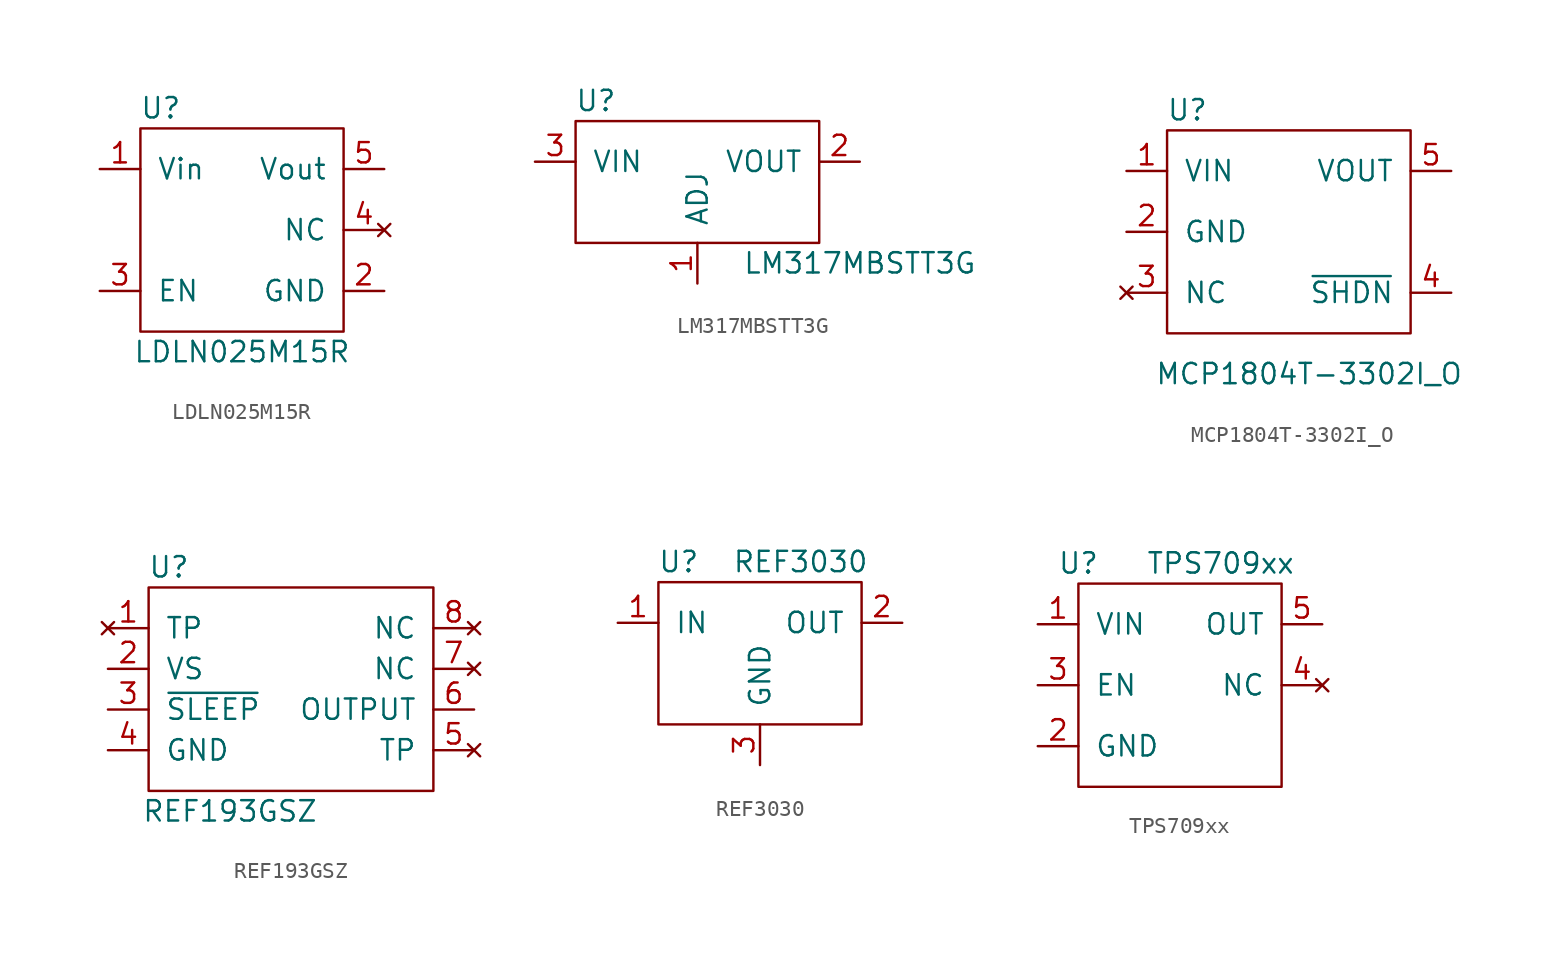
<source format=kicad_sym>
(kicad_symbol_lib
  (version 20211014)
  (generator kicad_symbol_editor)
  (symbol "LDLN025M15R"
    (pin_names
      (offset 1.016))
    (property "Reference" "U"
      (at -5.08 8.89 0)
      (effects (font (size 1.27 1.27))))
    (property "Value" "LDLN025M15R"
      (at 0 -6.35 0)
      (effects (font (size 1.27 1.27))))
    (symbol "LDLN025M15R_0_1"
      (rectangle (start -6.35 7.62) (end 6.35 -5.08) (stroke (width 0) (type default) (color 0 0 0 0)) (fill (type none))))
    (symbol "LDLN025M15R_1_1"
      (pin power_in line (at -8.89 5.08 0) (length 2.54) (name "Vin" (effects (font (size 1.27 1.27)))) (number "1" (effects (font (size 1.27 1.27)))))
      (pin passive line (at 8.89 -2.54 180) (length 2.54) (name "GND" (effects (font (size 1.27 1.27)))) (number "2" (effects (font (size 1.27 1.27)))))
      (pin input line (at -8.89 -2.54 0) (length 2.54) (name "EN" (effects (font (size 1.27 1.27)))) (number "3" (effects (font (size 1.27 1.27)))))
      (pin no_connect line (at 8.89 1.27 180) (length 2.54) (name "NC" (effects (font (size 1.27 1.27)))) (number "4" (effects (font (size 1.27 1.27)))))
      (pin power_out line (at 8.89 5.08 180) (length 2.54) (name "Vout" (effects (font (size 1.27 1.27)))) (number "5" (effects (font (size 1.27 1.27)))))))
  (symbol "LM317MBSTT3G"
    (pin_names
      (offset 1.016))
    (property "Reference" "U"
      (at -6.35 3.81 0)
      (effects (font (size 1.27 1.27))))
    (property "Value" "LM317MBSTT3G"
      (at 10.16 -6.35 0)
      (effects (font (size 1.27 1.27))))
    (symbol "LM317MBSTT3G_0_1"
      (rectangle (start -7.62 2.54) (end 7.62 -5.08) (stroke (width 0) (type default) (color 0 0 0 0)) (fill (type none))))
    (symbol "LM317MBSTT3G_1_1"
      (pin passive line (at 0 -7.62 90) (length 2.54) (name "ADJ" (effects (font (size 1.27 1.27)))) (number "1" (effects (font (size 1.27 1.27)))))
      (pin power_out line (at 10.16 0 180) (length 2.54) (name "VOUT" (effects (font (size 1.27 1.27)))) (number "2" (effects (font (size 1.27 1.27)))))
      (pin power_in line (at -10.16 0 0) (length 2.54) (name "VIN" (effects (font (size 1.27 1.27)))) (number "3" (effects (font (size 1.27 1.27)))))))
  (symbol "MCP1804T-3302I_O"
    (pin_names
      (offset 1.016))
    (property "Reference" "U"
      (at -6.35 7.62 0)
      (effects (font (size 1.27 1.27))))
    (property "Value" "MCP1804T-3302I_O"
      (at 1.27 -8.89 0)
      (effects (font (size 1.27 1.27))))
    (symbol "MCP1804T-3302I_O_0_1"
      (rectangle (start -7.62 6.35) (end 7.62 -6.35) (stroke (width 0) (type default) (color 0 0 0 0)) (fill (type none))))
    (symbol "MCP1804T-3302I_O_1_1"
      (pin power_in line (at -10.16 3.81 0) (length 2.54) (name "VIN" (effects (font (size 1.27 1.27)))) (number "1" (effects (font (size 1.27 1.27)))))
      (pin passive line (at -10.16 0 0) (length 2.54) (name "GND" (effects (font (size 1.27 1.27)))) (number "2" (effects (font (size 1.27 1.27)))))
      (pin no_connect line (at -10.16 -3.81 0) (length 2.54) (name "NC" (effects (font (size 1.27 1.27)))) (number "3" (effects (font (size 1.27 1.27)))))
      (pin passive line (at 10.16 -3.81 180) (length 2.54) (name "~{SHDN}" (effects (font (size 1.27 1.27)))) (number "4" (effects (font (size 1.27 1.27)))))
      (pin power_out line (at 10.16 3.81 180) (length 2.54) (name "VOUT" (effects (font (size 1.27 1.27)))) (number "5" (effects (font (size 1.27 1.27)))))))
  (symbol "REF193GSZ"
    (pin_names
      (offset 1.016))
    (property "Reference" "U"
      (at -7.62 8.89 0)
      (effects (font (size 1.27 1.27))))
    (property "Value" "REF193GSZ"
      (at -3.81 -6.35 0)
      (effects (font (size 1.27 1.27))))
    (symbol "REF193GSZ_0_1"
      (rectangle (start -8.89 7.62) (end 8.89 -5.08) (stroke (width 0) (type default) (color 0 0 0 0)) (fill (type none))))
    (symbol "REF193GSZ_1_1"
      (pin no_connect line (at -11.43 5.08 0) (length 2.54) (name "TP" (effects (font (size 1.27 1.27)))) (number "1" (effects (font (size 1.27 1.27)))))
      (pin power_in line (at -11.43 2.54 0) (length 2.54) (name "VS" (effects (font (size 1.27 1.27)))) (number "2" (effects (font (size 1.27 1.27)))))
      (pin passive line (at -11.43 0 0) (length 2.54) (name "~{SLEEP}" (effects (font (size 1.27 1.27)))) (number "3" (effects (font (size 1.27 1.27)))))
      (pin passive line (at -11.43 -2.54 0) (length 2.54) (name "GND" (effects (font (size 1.27 1.27)))) (number "4" (effects (font (size 1.27 1.27)))))
      (pin no_connect line (at 11.43 -2.54 180) (length 2.54) (name "TP" (effects (font (size 1.27 1.27)))) (number "5" (effects (font (size 1.27 1.27)))))
      (pin power_out line (at 11.43 0 180) (length 2.54) (name "OUTPUT" (effects (font (size 1.27 1.27)))) (number "6" (effects (font (size 1.27 1.27)))))
      (pin no_connect line (at 11.43 2.54 180) (length 2.54) (name "NC" (effects (font (size 1.27 1.27)))) (number "7" (effects (font (size 1.27 1.27)))))
      (pin no_connect line (at 11.43 5.08 180) (length 2.54) (name "NC" (effects (font (size 1.27 1.27)))) (number "8" (effects (font (size 1.27 1.27)))))))
  (symbol "REF3030"
    (pin_names
      (offset 1.016))
    (property "Reference" "U"
      (at -5.08 3.81 0)
      (effects (font (size 1.27 1.27))))
    (property "Value" "REF3030"
      (at 2.54 3.81 0)
      (effects (font (size 1.27 1.27))))
    (symbol "REF3030_0_1"
      (rectangle (start -6.35 2.54) (end 6.35 -6.35) (stroke (width 0) (type default) (color 0 0 0 0)) (fill (type none))))
    (symbol "REF3030_1_1"
      (pin power_in line (at -8.89 0 0) (length 2.54) (name "IN" (effects (font (size 1.27 1.27)))) (number "1" (effects (font (size 1.27 1.27)))))
      (pin power_out line (at 8.89 0 180) (length 2.54) (name "OUT" (effects (font (size 1.27 1.27)))) (number "2" (effects (font (size 1.27 1.27)))))
      (pin passive line (at 0 -8.89 90) (length 2.54) (name "GND" (effects (font (size 1.27 1.27)))) (number "3" (effects (font (size 1.27 1.27)))))))
  (symbol "TPS709xx"
    (pin_names
      (offset 1.016))
    (property "Reference" "U"
      (at -6.35 7.62 0)
      (effects (font (size 1.27 1.27))))
    (property "Value" "TPS709xx"
      (at 2.54 7.62 0)
      (effects (font (size 1.27 1.27))))
    (symbol "TPS709xx_0_1"
      (rectangle (start -6.35 6.35) (end 6.35 -6.35) (stroke (width 0) (type default) (color 0 0 0 0)) (fill (type none))))
    (symbol "TPS709xx_1_1"
      (pin power_in line (at -8.89 3.81 0) (length 2.54) (name "VIN" (effects (font (size 1.27 1.27)))) (number "1" (effects (font (size 1.27 1.27)))))
      (pin passive line (at -8.89 -3.81 0) (length 2.54) (name "GND" (effects (font (size 1.27 1.27)))) (number "2" (effects (font (size 1.27 1.27)))))
      (pin input line (at -8.89 0 0) (length 2.54) (name "EN" (effects (font (size 1.27 1.27)))) (number "3" (effects (font (size 1.27 1.27)))))
      (pin no_connect line (at 8.89 0 180) (length 2.54) (name "NC" (effects (font (size 1.27 1.27)))) (number "4" (effects (font (size 1.27 1.27)))))
      (pin power_out line (at 8.89 3.81 180) (length 2.54) (name "OUT" (effects (font (size 1.27 1.27)))) (number "5" (effects (font (size 1.27 1.27))))))))
</source>
